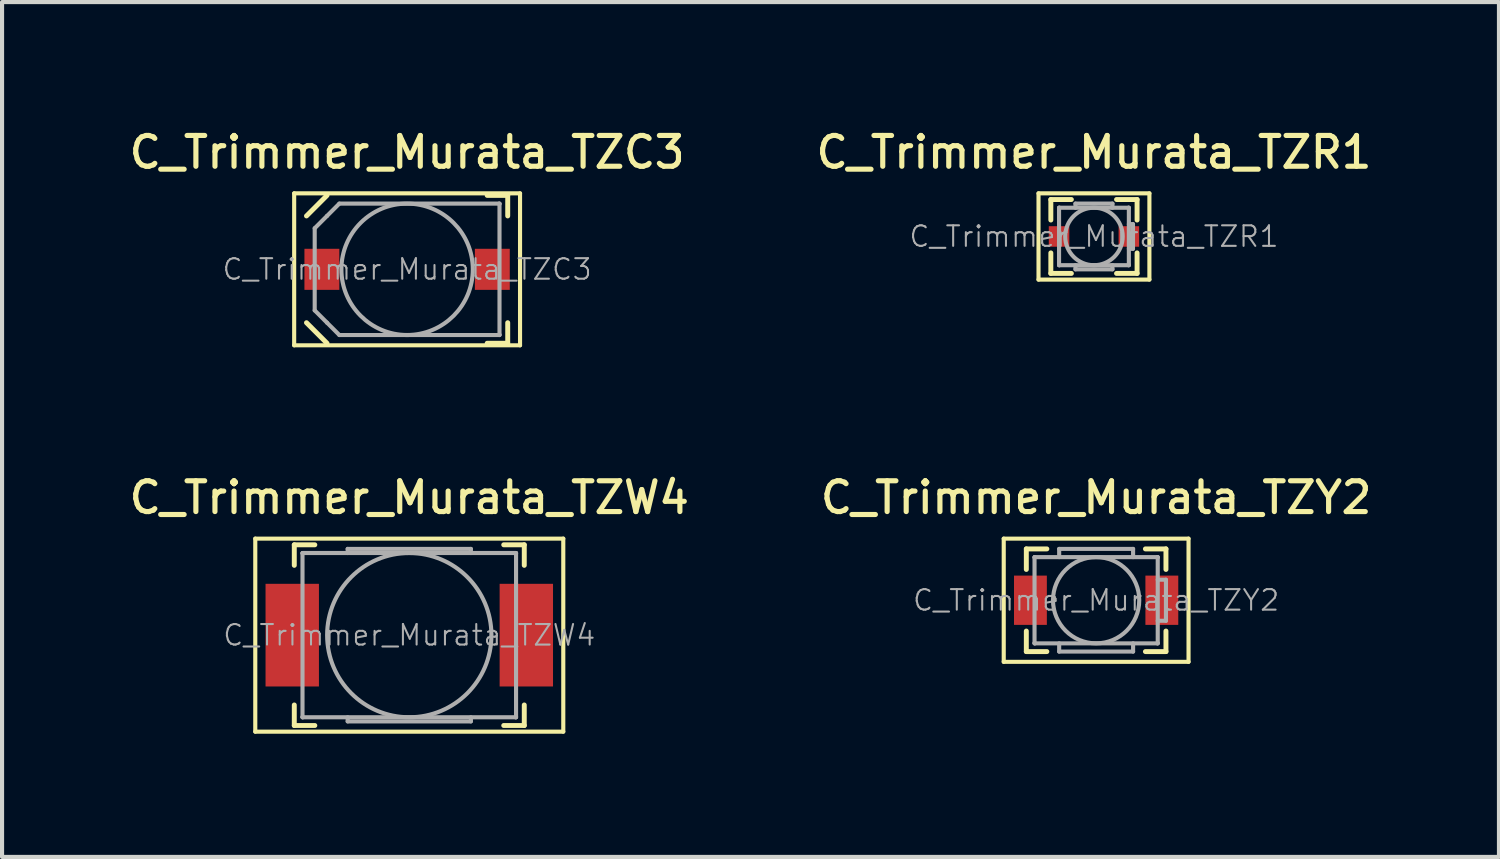
<source format=kicad_pcb>
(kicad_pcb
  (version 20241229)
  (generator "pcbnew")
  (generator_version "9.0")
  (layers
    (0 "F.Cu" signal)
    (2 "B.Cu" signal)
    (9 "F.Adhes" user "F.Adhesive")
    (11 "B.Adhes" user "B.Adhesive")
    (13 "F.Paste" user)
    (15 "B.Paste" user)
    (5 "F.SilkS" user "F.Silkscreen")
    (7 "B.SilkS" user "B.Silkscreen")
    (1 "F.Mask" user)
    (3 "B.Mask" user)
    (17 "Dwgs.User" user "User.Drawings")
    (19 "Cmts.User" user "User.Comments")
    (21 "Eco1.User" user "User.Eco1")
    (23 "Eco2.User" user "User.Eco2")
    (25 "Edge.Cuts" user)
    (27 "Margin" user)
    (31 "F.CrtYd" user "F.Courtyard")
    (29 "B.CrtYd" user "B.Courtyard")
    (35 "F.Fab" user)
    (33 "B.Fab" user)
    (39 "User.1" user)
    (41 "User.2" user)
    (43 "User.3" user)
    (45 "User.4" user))
  (footprint "C_Trimmer_Murata_TZR1"
    (layer "F.Cu")
    (at 23.588 2.708)
    (property "Reference" "C_Trimmer_Murata_TZR1" (at 0 -2.05 0) (layer "F.SilkS") (effects (font (size 0.75 0.75) (thickness 0.125))))
    (attr smd)
    (fp_line (start -1.35 -1.05) (end -1.35 1.05) (stroke (width 0.1) (type solid)) (layer "F.SilkS"))
    (fp_line (start -1.35 1.05) (end 1.35 1.05) (stroke (width 0.1) (type solid)) (layer "F.SilkS"))
    (fp_line (start -1.05 -0.9) (end -1.05 -0.4) (stroke (width 0.12) (type solid)) (layer "F.SilkS"))
    (fp_line (start -1.05 -0.9) (end -0.55 -0.9) (stroke (width 0.12) (type solid)) (layer "F.SilkS"))
    (fp_line (start -1.05 0.9) (end -1.05 0.4) (stroke (width 0.12) (type solid)) (layer "F.SilkS"))
    (fp_line (start -1.05 0.9) (end -0.55 0.9) (stroke (width 0.12) (type solid)) (layer "F.SilkS"))
    (fp_line (start 1.05 -0.9) (end 0.55 -0.9) (stroke (width 0.12) (type solid)) (layer "F.SilkS"))
    (fp_line (start 1.05 -0.9) (end 1.05 -0.4) (stroke (width 0.12) (type solid)) (layer "F.SilkS"))
    (fp_line (start 1.05 0.9) (end 0.55 0.9) (stroke (width 0.12) (type solid)) (layer "F.SilkS"))
    (fp_line (start 1.05 0.9) (end 1.05 0.4) (stroke (width 0.12) (type solid)) (layer "F.SilkS"))
    (fp_line (start 1.35 -1.05) (end -1.35 -1.05) (stroke (width 0.1) (type solid)) (layer "F.SilkS"))
    (fp_line (start 1.35 1.05) (end 1.35 -1.05) (stroke (width 0.1) (type solid)) (layer "F.SilkS"))
    (fp_line (start -0.85 -0.7) (end -0.84 -0.7) (stroke (width 0.1) (type solid)) (layer "F.Fab"))
    (fp_line (start -0.85 -0.69) (end -0.85 -0.7) (stroke (width 0.1) (type solid)) (layer "F.Fab"))
    (fp_line (start -0.85 0.69) (end -0.85 -0.69) (stroke (width 0.1) (type solid)) (layer "F.Fab"))
    (fp_line (start -0.85 0.7) (end -0.85 0.69) (stroke (width 0.1) (type solid)) (layer "F.Fab"))
    (fp_line (start -0.84 -0.7) (end 0.84 -0.7) (stroke (width 0.1) (type solid)) (layer "F.Fab"))
    (fp_line (start -0.84 0.7) (end -0.85 0.7) (stroke (width 0.1) (type solid)) (layer "F.Fab"))
    (fp_line (start -0.45 -0.8) (end 0.45 -0.8) (stroke (width 0.1) (type solid)) (layer "F.Fab"))
    (fp_line (start -0.45 -0.7) (end -0.45 -0.8) (stroke (width 0.1) (type solid)) (layer "F.Fab"))
    (fp_line (start -0.45 0.7) (end -0.45 0.8) (stroke (width 0.1) (type solid)) (layer "F.Fab"))
    (fp_line (start -0.45 0.8) (end 0.45 0.8) (stroke (width 0.1) (type solid)) (layer "F.Fab"))
    (fp_line (start 0.45 -0.8) (end 0.45 -0.7) (stroke (width 0.1) (type solid)) (layer "F.Fab"))
    (fp_line (start 0.45 0.8) (end 0.45 0.7) (stroke (width 0.1) (type solid)) (layer "F.Fab"))
    (fp_line (start 0.84 -0.7) (end 0.85 -0.7) (stroke (width 0.1) (type solid)) (layer "F.Fab"))
    (fp_line (start 0.84 0.7) (end -0.84 0.7) (stroke (width 0.1) (type solid)) (layer "F.Fab"))
    (fp_line (start 0.85 -0.7) (end 0.85 -0.69) (stroke (width 0.1) (type solid)) (layer "F.Fab"))
    (fp_line (start 0.85 -0.69) (end 0.85 0.69) (stroke (width 0.1) (type solid)) (layer "F.Fab"))
    (fp_line (start 0.85 -0.3) (end 0.95 -0.3) (stroke (width 0.1) (type solid)) (layer "F.Fab"))
    (fp_line (start 0.85 0.69) (end 0.85 0.7) (stroke (width 0.1) (type solid)) (layer "F.Fab"))
    (fp_line (start 0.85 0.7) (end 0.84 0.7) (stroke (width 0.1) (type solid)) (layer "F.Fab"))
    (fp_line (start 0.95 -0.3) (end 0.95 0.3) (stroke (width 0.1) (type solid)) (layer "F.Fab"))
    (fp_line (start 0.95 0.3) (end 0.85 0.3) (stroke (width 0.1) (type solid)) (layer "F.Fab"))
    (fp_circle (center 0 0) (end 0.7 0) (stroke (width 0.1) (type solid)) (fill no) (layer "F.Fab"))
    (fp_text user "${REFERENCE}" (at 0 0 0) (layer "F.Fab") (effects (font (size 0.5 0.5) (thickness 0.05))))
    (pad "1" smd rect (at -0.85 0) (size 0.5 0.5) (layers "F.Cu" "F.Mask" "F.Paste"))
    (pad "2" smd rect (at 0.85 0) (size 0.5 0.5) (layers "F.Cu" "F.Mask" "F.Paste")))
  (footprint "C_Trimmer_Murata_TZW4"
    (layer "F.Cu")
    (at 6.916 12.416)
    (property "Reference" "C_Trimmer_Murata_TZW4" (at 0 -3.35 0) (layer "F.SilkS") (effects (font (size 0.75 0.75) (thickness 0.125))))
    (attr smd)
    (fp_line (start -3.75 -2.35) (end -3.75 2.35) (stroke (width 0.1) (type solid)) (layer "F.SilkS"))
    (fp_line (start -3.75 2.35) (end 3.75 2.35) (stroke (width 0.1) (type solid)) (layer "F.SilkS"))
    (fp_line (start -2.8 -2.2) (end -2.8 -1.7) (stroke (width 0.12) (type solid)) (layer "F.SilkS"))
    (fp_line (start -2.8 -2.2) (end -2.3 -2.2) (stroke (width 0.12) (type solid)) (layer "F.SilkS"))
    (fp_line (start -2.8 2.2) (end -2.8 1.7) (stroke (width 0.12) (type solid)) (layer "F.SilkS"))
    (fp_line (start -2.8 2.2) (end -2.3 2.2) (stroke (width 0.12) (type solid)) (layer "F.SilkS"))
    (fp_line (start 2.8 -2.2) (end 2.3 -2.2) (stroke (width 0.12) (type solid)) (layer "F.SilkS"))
    (fp_line (start 2.8 -2.2) (end 2.8 -1.7) (stroke (width 0.12) (type solid)) (layer "F.SilkS"))
    (fp_line (start 2.8 2.2) (end 2.3 2.2) (stroke (width 0.12) (type solid)) (layer "F.SilkS"))
    (fp_line (start 2.8 2.2) (end 2.8 1.7) (stroke (width 0.12) (type solid)) (layer "F.SilkS"))
    (fp_line (start 3.75 -2.35) (end -3.75 -2.35) (stroke (width 0.1) (type solid)) (layer "F.SilkS"))
    (fp_line (start 3.75 2.35) (end 3.75 -2.35) (stroke (width 0.1) (type solid)) (layer "F.SilkS"))
    (fp_line (start -2.6 -2) (end -2.59 -2) (stroke (width 0.1) (type solid)) (layer "F.Fab"))
    (fp_line (start -2.6 -1.99) (end -2.6 -2) (stroke (width 0.1) (type solid)) (layer "F.Fab"))
    (fp_line (start -2.6 1.99) (end -2.6 -1.99) (stroke (width 0.1) (type solid)) (layer "F.Fab"))
    (fp_line (start -2.6 2) (end -2.6 1.99) (stroke (width 0.1) (type solid)) (layer "F.Fab"))
    (fp_line (start -2.59 -2) (end 2.59 -2) (stroke (width 0.1) (type solid)) (layer "F.Fab"))
    (fp_line (start -2.59 2) (end -2.6 2) (stroke (width 0.1) (type solid)) (layer "F.Fab"))
    (fp_line (start -1.5 -2.1) (end 1.5 -2.1) (stroke (width 0.1) (type solid)) (layer "F.Fab"))
    (fp_line (start -1.5 -2) (end -1.5 -2.1) (stroke (width 0.1) (type solid)) (layer "F.Fab"))
    (fp_line (start -1.5 2) (end -1.5 2.1) (stroke (width 0.1) (type solid)) (layer "F.Fab"))
    (fp_line (start -1.5 2.1) (end 1.5 2.1) (stroke (width 0.1) (type solid)) (layer "F.Fab"))
    (fp_line (start 1.5 -2.1) (end 1.5 -2) (stroke (width 0.1) (type solid)) (layer "F.Fab"))
    (fp_line (start 1.5 2.1) (end 1.5 2) (stroke (width 0.1) (type solid)) (layer "F.Fab"))
    (fp_line (start 2.59 -2) (end 2.6 -2) (stroke (width 0.1) (type solid)) (layer "F.Fab"))
    (fp_line (start 2.59 2) (end -2.59 2) (stroke (width 0.1) (type solid)) (layer "F.Fab"))
    (fp_line (start 2.6 -2) (end 2.6 -1.99) (stroke (width 0.1) (type solid)) (layer "F.Fab"))
    (fp_line (start 2.6 -1.99) (end 2.6 1.99) (stroke (width 0.1) (type solid)) (layer "F.Fab"))
    (fp_line (start 2.6 1.99) (end 2.6 2) (stroke (width 0.1) (type solid)) (layer "F.Fab"))
    (fp_line (start 2.6 2) (end 2.59 2) (stroke (width 0.1) (type solid)) (layer "F.Fab"))
    (fp_circle (center 0 0) (end 2 0) (stroke (width 0.1) (type solid)) (fill no) (layer "F.Fab"))
    (fp_text user "${REFERENCE}" (at 0 0 0) (layer "F.Fab") (effects (font (size 0.5 0.5) (thickness 0.05))))
    (pad "1" smd rect (at -2.85 0) (size 1.3 2.5) (layers "F.Cu" "F.Mask" "F.Paste"))
    (pad "2" smd rect (at 2.85 0) (size 1.3 2.5) (layers "F.Cu" "F.Mask" "F.Paste")))
  (footprint "C_Trimmer_Murata_TZY2"
    (layer "F.Cu")
    (at 23.641 11.566)
    (property "Reference" "C_Trimmer_Murata_TZY2" (at 0 -2.5 0) (layer "F.SilkS") (effects (font (size 0.75 0.75) (thickness 0.125))))
    (attr smd)
    (fp_line (start -2.25 -1.5) (end -2.25 1.5) (stroke (width 0.1) (type solid)) (layer "F.SilkS"))
    (fp_line (start -2.25 1.5) (end 2.25 1.5) (stroke (width 0.1) (type solid)) (layer "F.SilkS"))
    (fp_line (start -1.7 -1.25) (end -1.7 -0.75) (stroke (width 0.12) (type solid)) (layer "F.SilkS"))
    (fp_line (start -1.7 -1.25) (end -1.2 -1.25) (stroke (width 0.12) (type solid)) (layer "F.SilkS"))
    (fp_line (start -1.7 1.25) (end -1.7 0.75) (stroke (width 0.12) (type solid)) (layer "F.SilkS"))
    (fp_line (start -1.7 1.25) (end -1.2 1.25) (stroke (width 0.12) (type solid)) (layer "F.SilkS"))
    (fp_line (start 1.7 -1.25) (end 1.2 -1.25) (stroke (width 0.12) (type solid)) (layer "F.SilkS"))
    (fp_line (start 1.7 -1.25) (end 1.7 -0.75) (stroke (width 0.12) (type solid)) (layer "F.SilkS"))
    (fp_line (start 1.7 1.25) (end 1.2 1.25) (stroke (width 0.12) (type solid)) (layer "F.SilkS"))
    (fp_line (start 1.7 1.25) (end 1.7 0.75) (stroke (width 0.12) (type solid)) (layer "F.SilkS"))
    (fp_line (start 2.25 -1.5) (end -2.25 -1.5) (stroke (width 0.1) (type solid)) (layer "F.SilkS"))
    (fp_line (start 2.25 1.5) (end 2.25 -1.5) (stroke (width 0.1) (type solid)) (layer "F.SilkS"))
    (fp_line (start -1.5 -1.05) (end -1.49 -1.05) (stroke (width 0.1) (type solid)) (layer "F.Fab"))
    (fp_line (start -1.5 -1.04) (end -1.5 -1.05) (stroke (width 0.1) (type solid)) (layer "F.Fab"))
    (fp_line (start -1.5 1.04) (end -1.5 -1.04) (stroke (width 0.1) (type solid)) (layer "F.Fab"))
    (fp_line (start -1.5 1.05) (end -1.5 1.04) (stroke (width 0.1) (type solid)) (layer "F.Fab"))
    (fp_line (start -1.49 -1.05) (end 1.49 -1.05) (stroke (width 0.1) (type solid)) (layer "F.Fab"))
    (fp_line (start -1.49 1.05) (end -1.5 1.05) (stroke (width 0.1) (type solid)) (layer "F.Fab"))
    (fp_line (start -0.9 -1.25) (end 0.9 -1.25) (stroke (width 0.1) (type solid)) (layer "F.Fab"))
    (fp_line (start -0.9 -1.05) (end -0.9 -1.25) (stroke (width 0.1) (type solid)) (layer "F.Fab"))
    (fp_line (start -0.9 1.05) (end -0.9 1.25) (stroke (width 0.1) (type solid)) (layer "F.Fab"))
    (fp_line (start -0.9 1.25) (end 0.9 1.25) (stroke (width 0.1) (type solid)) (layer "F.Fab"))
    (fp_line (start 0.9 -1.25) (end 0.9 -1.05) (stroke (width 0.1) (type solid)) (layer "F.Fab"))
    (fp_line (start 0.9 1.25) (end 0.9 1.05) (stroke (width 0.1) (type solid)) (layer "F.Fab"))
    (fp_line (start 1.49 -1.05) (end 1.5 -1.05) (stroke (width 0.1) (type solid)) (layer "F.Fab"))
    (fp_line (start 1.49 1.05) (end -1.49 1.05) (stroke (width 0.1) (type solid)) (layer "F.Fab"))
    (fp_line (start 1.5 -1.05) (end 1.5 -1.04) (stroke (width 0.1) (type solid)) (layer "F.Fab"))
    (fp_line (start 1.5 -1.04) (end 1.5 1.04) (stroke (width 0.1) (type solid)) (layer "F.Fab"))
    (fp_line (start 1.5 -0.5) (end 1.7 -0.5) (stroke (width 0.1) (type solid)) (layer "F.Fab"))
    (fp_line (start 1.5 1.04) (end 1.5 1.05) (stroke (width 0.1) (type solid)) (layer "F.Fab"))
    (fp_line (start 1.5 1.05) (end 1.49 1.05) (stroke (width 0.1) (type solid)) (layer "F.Fab"))
    (fp_line (start 1.7 -0.5) (end 1.7 0.5) (stroke (width 0.1) (type solid)) (layer "F.Fab"))
    (fp_line (start 1.7 0.5) (end 1.5 0.5) (stroke (width 0.1) (type solid)) (layer "F.Fab"))
    (fp_circle (center 0 0) (end 1.05 0) (stroke (width 0.1) (type solid)) (fill no) (layer "F.Fab"))
    (fp_text user "${REFERENCE}" (at 0 0 0) (layer "F.Fab") (effects (font (size 0.5 0.5) (thickness 0.05))))
    (pad "1" smd rect (at -1.6 0) (size 0.8 1.2) (layers "F.Cu" "F.Mask" "F.Paste"))
    (pad "2" smd rect (at 1.6 0) (size 0.8 1.2) (layers "F.Cu" "F.Mask" "F.Paste")))
  (footprint "C_Trimmer_Murata_TZC3"
    (layer "F.Cu")
    (at 6.863 3.508)
    (property "Reference" "C_Trimmer_Murata_TZC3" (at 0 -2.85 0) (layer "F.SilkS") (effects (font (size 0.75 0.75) (thickness 0.125))))
    (attr smd)
    (fp_line (start -2.75 -1.85) (end -2.75 1.85) (stroke (width 0.1) (type solid)) (layer "F.SilkS"))
    (fp_line (start -2.75 1.85) (end 2.75 1.85) (stroke (width 0.1) (type solid)) (layer "F.SilkS"))
    (fp_line (start -2.45 -1.3) (end -1.95 -1.8) (stroke (width 0.12) (type solid)) (layer "F.SilkS"))
    (fp_line (start -2.45 1.3) (end -1.95 1.8) (stroke (width 0.12) (type solid)) (layer "F.SilkS"))
    (fp_line (start 2.45 -1.8) (end 1.95 -1.8) (stroke (width 0.12) (type solid)) (layer "F.SilkS"))
    (fp_line (start 2.45 -1.8) (end 2.45 -1.3) (stroke (width 0.12) (type solid)) (layer "F.SilkS"))
    (fp_line (start 2.45 1.8) (end 1.95 1.8) (stroke (width 0.12) (type solid)) (layer "F.SilkS"))
    (fp_line (start 2.45 1.8) (end 2.45 1.3) (stroke (width 0.12) (type solid)) (layer "F.SilkS"))
    (fp_line (start 2.75 -1.85) (end -2.75 -1.85) (stroke (width 0.1) (type solid)) (layer "F.SilkS"))
    (fp_line (start 2.75 1.85) (end 2.75 -1.85) (stroke (width 0.1) (type solid)) (layer "F.SilkS"))
    (fp_line (start -2.25 -1) (end -1.95 -1.3) (stroke (width 0.1) (type solid)) (layer "F.Fab"))
    (fp_line (start -2.25 1) (end -2.25 -1) (stroke (width 0.1) (type solid)) (layer "F.Fab"))
    (fp_line (start -1.95 -1.3) (end -1.65 -1.6) (stroke (width 0.1) (type solid)) (layer "F.Fab"))
    (fp_line (start -1.95 1.3) (end -2.25 1) (stroke (width 0.1) (type solid)) (layer "F.Fab"))
    (fp_line (start -1.65 -1.6) (end 2.24 -1.6) (stroke (width 0.1) (type solid)) (layer "F.Fab"))
    (fp_line (start -1.65 1.6) (end -1.95 1.3) (stroke (width 0.1) (type solid)) (layer "F.Fab"))
    (fp_line (start 2.24 -1.6) (end 2.25 -1.6) (stroke (width 0.1) (type solid)) (layer "F.Fab"))
    (fp_line (start 2.24 1.6) (end -1.65 1.6) (stroke (width 0.1) (type solid)) (layer "F.Fab"))
    (fp_line (start 2.25 -1.6) (end 2.25 -1.59) (stroke (width 0.1) (type solid)) (layer "F.Fab"))
    (fp_line (start 2.25 -1.59) (end 2.25 1.59) (stroke (width 0.1) (type solid)) (layer "F.Fab"))
    (fp_line (start 2.25 1.59) (end 2.25 1.6) (stroke (width 0.1) (type solid)) (layer "F.Fab"))
    (fp_line (start 2.25 1.6) (end 2.24 1.6) (stroke (width 0.1) (type solid)) (layer "F.Fab"))
    (fp_circle (center 0 0) (end 1.6 0) (stroke (width 0.1) (type solid)) (fill no) (layer "F.Fab"))
    (fp_text user "${REFERENCE}" (at 0 0 0) (layer "F.Fab") (effects (font (size 0.5 0.5) (thickness 0.05))))
    (pad "1" smd rect (at -2.075 0) (size 0.85 1) (layers "F.Cu" "F.Mask" "F.Paste"))
    (pad "2" smd rect (at 2.075 0) (size 0.85 1) (layers "F.Cu" "F.Mask" "F.Paste")))
  (gr_rect
    (start -3 -3)
    (end 33.45 17.816)
    (stroke (width 0.1) (type default))
    (fill no)
    (layer "Edge.Cuts")))
</source>
